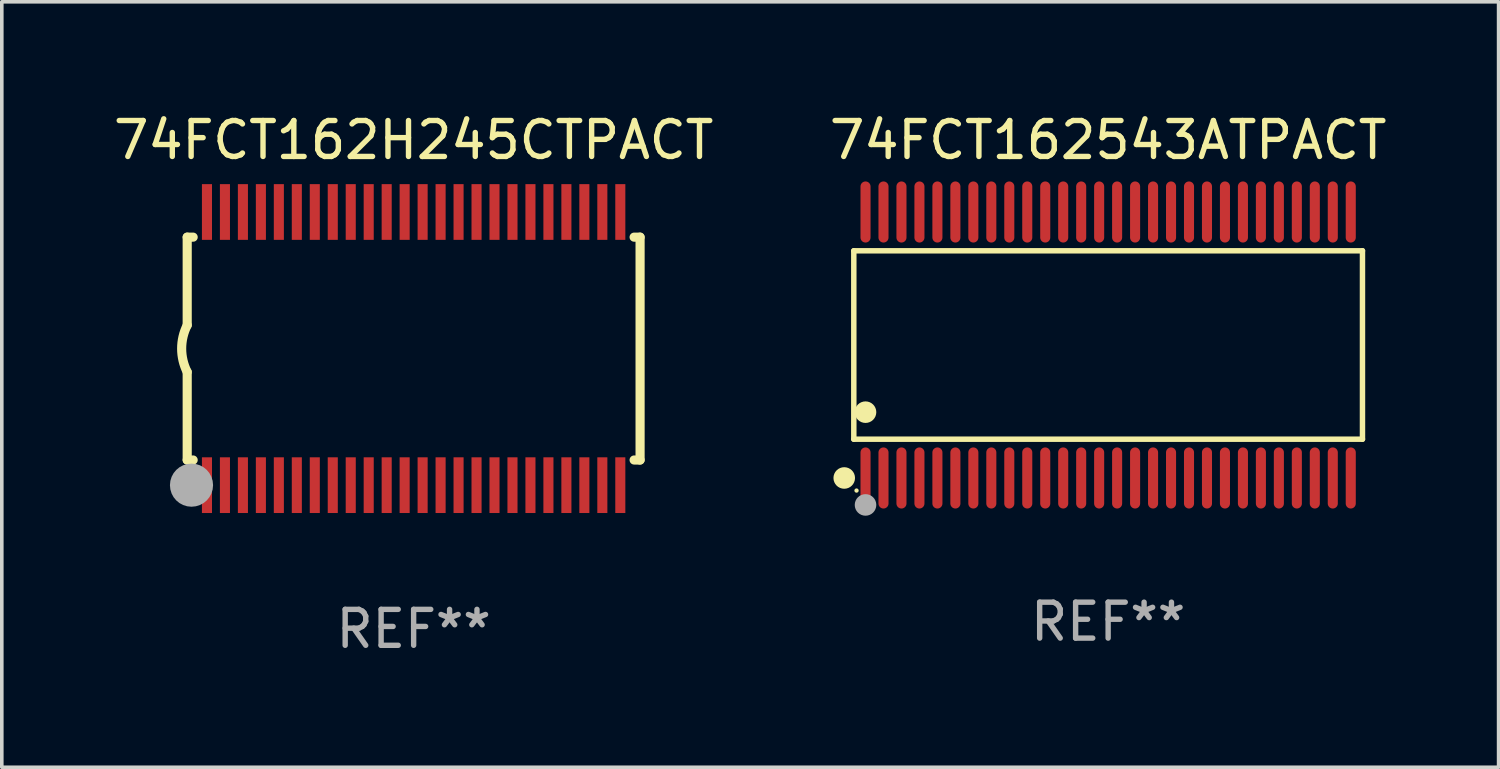
<source format=kicad_pcb>
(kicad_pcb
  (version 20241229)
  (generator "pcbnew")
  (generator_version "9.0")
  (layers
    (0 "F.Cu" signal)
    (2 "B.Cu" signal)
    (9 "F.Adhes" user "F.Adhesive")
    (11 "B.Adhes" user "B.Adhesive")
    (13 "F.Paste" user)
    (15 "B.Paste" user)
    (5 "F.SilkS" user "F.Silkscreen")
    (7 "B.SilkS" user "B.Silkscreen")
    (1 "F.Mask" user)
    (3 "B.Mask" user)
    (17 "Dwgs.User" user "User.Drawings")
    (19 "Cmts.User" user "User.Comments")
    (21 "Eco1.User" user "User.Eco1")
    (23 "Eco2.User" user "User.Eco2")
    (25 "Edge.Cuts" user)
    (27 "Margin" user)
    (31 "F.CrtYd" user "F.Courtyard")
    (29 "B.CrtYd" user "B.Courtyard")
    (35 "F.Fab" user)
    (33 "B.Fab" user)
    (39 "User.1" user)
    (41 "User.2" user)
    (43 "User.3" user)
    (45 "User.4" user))
  (footprint "74FCT162H245CTPACT"
    (layer "F.Cu")
    (at 8.458 6.648)
    (property "Reference" "74FCT162H245CTPACT" (at 0 -5.8 0) (layer "F.SilkS") (effects (font (size 1 1) (thickness 0.15))))
    (attr through_hole)
    (fp_line (start -6.3 -3.1) (end -6.3 -0.65) (stroke (width 0.254) (type solid)) (layer "F.SilkS"))
    (fp_line (start -6.3 -3.1) (end -6.134 -3.1) (stroke (width 0.254) (type solid)) (layer "F.SilkS"))
    (fp_line (start -6.3 3.1) (end -6.3 0.65) (stroke (width 0.254) (type solid)) (layer "F.SilkS"))
    (fp_line (start -6.3 3.1) (end -6.134 3.1) (stroke (width 0.254) (type solid)) (layer "F.SilkS"))
    (fp_line (start 6.134 -3.1) (end 6.3 -3.1) (stroke (width 0.254) (type solid)) (layer "F.SilkS"))
    (fp_line (start 6.134 3.1) (end 6.3 3.1) (stroke (width 0.254) (type solid)) (layer "F.SilkS"))
    (fp_line (start 6.3 -3.1) (end 6.3 3.1) (stroke (width 0.254) (type solid)) (layer "F.SilkS"))
    (fp_arc (start -6.301016 0.650114) (mid -6.45413 -0.000082) (end -6.3 -0.650038) (stroke (width 0.254001) (type solid)) (layer "F.SilkS"))
    (fp_circle (center -6.35 3.81) (end -6.223 3.81) (stroke (width 0.254) (type solid)) (fill no) (layer "F.SilkS"))
    (fp_circle (center -6.25 4.05) (end -6.22 4.05) (stroke (width 0.06) (type solid)) (fill no) (layer "F.SilkS"))
    (fp_circle (center -6.18 3.8) (end -5.88 3.8) (stroke (width 0.6) (type solid)) (fill no) (layer "F.Fab"))
    (fp_text user "REF**" (at 0 7.8 0) (layer "F.Fab") (effects (font (size 1 1) (thickness 0.15))))
    (pad "1" smd rect (at -5.75 3.8) (size 0.28 1.55) (layers "F.Cu" "F.Mask" "F.Paste"))
    (pad "2" smd rect (at -5.25 3.8) (size 0.28 1.55) (layers "F.Cu" "F.Mask" "F.Paste"))
    (pad "3" smd rect (at -4.75 3.8) (size 0.28 1.55) (layers "F.Cu" "F.Mask" "F.Paste"))
    (pad "4" smd rect (at -4.25 3.8) (size 0.28 1.55) (layers "F.Cu" "F.Mask" "F.Paste"))
    (pad "5" smd rect (at -3.75 3.8) (size 0.28 1.55) (layers "F.Cu" "F.Mask" "F.Paste"))
    (pad "6" smd rect (at -3.25 3.8) (size 0.28 1.55) (layers "F.Cu" "F.Mask" "F.Paste"))
    (pad "7" smd rect (at -2.75 3.8) (size 0.28 1.55) (layers "F.Cu" "F.Mask" "F.Paste"))
    (pad "8" smd rect (at -2.25 3.8) (size 0.28 1.55) (layers "F.Cu" "F.Mask" "F.Paste"))
    (pad "9" smd rect (at -1.75 3.8) (size 0.28 1.55) (layers "F.Cu" "F.Mask" "F.Paste"))
    (pad "10" smd rect (at -1.25 3.8) (size 0.28 1.55) (layers "F.Cu" "F.Mask" "F.Paste"))
    (pad "11" smd rect (at -0.75 3.8) (size 0.28 1.55) (layers "F.Cu" "F.Mask" "F.Paste"))
    (pad "12" smd rect (at -0.25 3.8) (size 0.28 1.55) (layers "F.Cu" "F.Mask" "F.Paste"))
    (pad "13" smd rect (at 0.25 3.8) (size 0.28 1.55) (layers "F.Cu" "F.Mask" "F.Paste"))
    (pad "14" smd rect (at 0.75 3.8) (size 0.28 1.55) (layers "F.Cu" "F.Mask" "F.Paste"))
    (pad "15" smd rect (at 1.25 3.8) (size 0.28 1.55) (layers "F.Cu" "F.Mask" "F.Paste"))
    (pad "16" smd rect (at 1.75 3.8) (size 0.28 1.55) (layers "F.Cu" "F.Mask" "F.Paste"))
    (pad "17" smd rect (at 2.25 3.8) (size 0.28 1.55) (layers "F.Cu" "F.Mask" "F.Paste"))
    (pad "18" smd rect (at 2.75 3.8) (size 0.28 1.55) (layers "F.Cu" "F.Mask" "F.Paste"))
    (pad "19" smd rect (at 3.25 3.8) (size 0.28 1.55) (layers "F.Cu" "F.Mask" "F.Paste"))
    (pad "20" smd rect (at 3.75 3.8) (size 0.28 1.55) (layers "F.Cu" "F.Mask" "F.Paste"))
    (pad "21" smd rect (at 4.25 3.8) (size 0.28 1.55) (layers "F.Cu" "F.Mask" "F.Paste"))
    (pad "22" smd rect (at 4.75 3.8) (size 0.28 1.55) (layers "F.Cu" "F.Mask" "F.Paste"))
    (pad "23" smd rect (at 5.25 3.8) (size 0.28 1.55) (layers "F.Cu" "F.Mask" "F.Paste"))
    (pad "24" smd rect (at 5.75 3.8) (size 0.28 1.55) (layers "F.Cu" "F.Mask" "F.Paste"))
    (pad "25" smd rect (at 5.75 -3.8) (size 0.28 1.55) (layers "F.Cu" "F.Mask" "F.Paste"))
    (pad "26" smd rect (at 5.25 -3.8) (size 0.28 1.55) (layers "F.Cu" "F.Mask" "F.Paste"))
    (pad "27" smd rect (at 4.75 -3.8) (size 0.28 1.55) (layers "F.Cu" "F.Mask" "F.Paste"))
    (pad "28" smd rect (at 4.25 -3.8) (size 0.28 1.55) (layers "F.Cu" "F.Mask" "F.Paste"))
    (pad "29" smd rect (at 3.75 -3.8) (size 0.28 1.55) (layers "F.Cu" "F.Mask" "F.Paste"))
    (pad "30" smd rect (at 3.25 -3.8) (size 0.28 1.55) (layers "F.Cu" "F.Mask" "F.Paste"))
    (pad "31" smd rect (at 2.75 -3.8) (size 0.28 1.55) (layers "F.Cu" "F.Mask" "F.Paste"))
    (pad "32" smd rect (at 2.25 -3.8) (size 0.28 1.55) (layers "F.Cu" "F.Mask" "F.Paste"))
    (pad "33" smd rect (at 1.75 -3.8) (size 0.28 1.55) (layers "F.Cu" "F.Mask" "F.Paste"))
    (pad "34" smd rect (at 1.25 -3.8) (size 0.28 1.55) (layers "F.Cu" "F.Mask" "F.Paste"))
    (pad "35" smd rect (at 0.75 -3.8) (size 0.28 1.55) (layers "F.Cu" "F.Mask" "F.Paste"))
    (pad "36" smd rect (at 0.25 -3.8) (size 0.28 1.55) (layers "F.Cu" "F.Mask" "F.Paste"))
    (pad "37" smd rect (at -0.25 -3.8) (size 0.28 1.55) (layers "F.Cu" "F.Mask" "F.Paste"))
    (pad "38" smd rect (at -0.75 -3.8) (size 0.28 1.55) (layers "F.Cu" "F.Mask" "F.Paste"))
    (pad "39" smd rect (at -1.25 -3.8) (size 0.28 1.55) (layers "F.Cu" "F.Mask" "F.Paste"))
    (pad "40" smd rect (at -1.75 -3.8) (size 0.28 1.55) (layers "F.Cu" "F.Mask" "F.Paste"))
    (pad "41" smd rect (at -2.25 -3.8) (size 0.28 1.55) (layers "F.Cu" "F.Mask" "F.Paste"))
    (pad "42" smd rect (at -2.75 -3.8) (size 0.28 1.55) (layers "F.Cu" "F.Mask" "F.Paste"))
    (pad "43" smd rect (at -3.25 -3.8) (size 0.28 1.55) (layers "F.Cu" "F.Mask" "F.Paste"))
    (pad "44" smd rect (at -3.75 -3.8) (size 0.28 1.55) (layers "F.Cu" "F.Mask" "F.Paste"))
    (pad "45" smd rect (at -4.25 -3.8) (size 0.28 1.55) (layers "F.Cu" "F.Mask" "F.Paste"))
    (pad "46" smd rect (at -4.75 -3.8) (size 0.28 1.55) (layers "F.Cu" "F.Mask" "F.Paste"))
    (pad "47" smd rect (at -5.25 -3.8) (size 0.28 1.55) (layers "F.Cu" "F.Mask" "F.Paste"))
    (pad "48" smd rect (at -5.75 -3.8) (size 0.28 1.55) (layers "F.Cu" "F.Mask" "F.Paste")))
  (footprint "74FCT162543ATPACT"
    (layer "F.Cu")
    (at 27.78 6.548)
    (property "Reference" "74FCT162543ATPACT" (at 0 -5.7 0) (layer "F.SilkS") (effects (font (size 1 1) (thickness 0.15))))
    (attr through_hole)
    (fp_line (start -7.076 -2.621) (end 7.076 -2.621) (stroke (width 0.152) (type solid)) (layer "F.SilkS"))
    (fp_line (start -7.076 2.621) (end -7.076 -2.621) (stroke (width 0.152) (type solid)) (layer "F.SilkS"))
    (fp_line (start 7.076 -2.621) (end 7.076 2.621) (stroke (width 0.152) (type solid)) (layer "F.SilkS"))
    (fp_line (start 7.076 2.621) (end -7.076 2.621) (stroke (width 0.152) (type solid)) (layer "F.SilkS"))
    (fp_circle (center -7.342 3.7) (end -7.192 3.7) (stroke (width 0.3) (type solid)) (fill no) (layer "F.SilkS"))
    (fp_circle (center -7 4.05) (end -6.97 4.05) (stroke (width 0.06) (type solid)) (fill no) (layer "F.SilkS"))
    (fp_circle (center -6.75 1.869) (end -6.6 1.869) (stroke (width 0.3) (type solid)) (fill no) (layer "F.SilkS"))
    (fp_circle (center -6.75 4.45) (end -6.6 4.45) (stroke (width 0.3) (type solid)) (fill no) (layer "F.Fab"))
    (fp_text user "REF**" (at 0 7.7 0) (layer "F.Fab") (effects (font (size 1 1) (thickness 0.15))))
    (pad "1" smd oval (at -6.75 3.7) (size 0.28 1.7) (layers "F.Cu" "F.Mask" "F.Paste"))
    (pad "2" smd oval (at -6.25 3.7) (size 0.28 1.7) (layers "F.Cu" "F.Mask" "F.Paste"))
    (pad "3" smd oval (at -5.75 3.7) (size 0.28 1.7) (layers "F.Cu" "F.Mask" "F.Paste"))
    (pad "4" smd oval (at -5.25 3.7) (size 0.28 1.7) (layers "F.Cu" "F.Mask" "F.Paste"))
    (pad "5" smd oval (at -4.75 3.7) (size 0.28 1.7) (layers "F.Cu" "F.Mask" "F.Paste"))
    (pad "6" smd oval (at -4.25 3.7) (size 0.28 1.7) (layers "F.Cu" "F.Mask" "F.Paste"))
    (pad "7" smd oval (at -3.75 3.7) (size 0.28 1.7) (layers "F.Cu" "F.Mask" "F.Paste"))
    (pad "8" smd oval (at -3.25 3.7) (size 0.28 1.7) (layers "F.Cu" "F.Mask" "F.Paste"))
    (pad "9" smd oval (at -2.75 3.7) (size 0.28 1.7) (layers "F.Cu" "F.Mask" "F.Paste"))
    (pad "10" smd oval (at -2.25 3.7) (size 0.28 1.7) (layers "F.Cu" "F.Mask" "F.Paste"))
    (pad "11" smd oval (at -1.75 3.7) (size 0.28 1.7) (layers "F.Cu" "F.Mask" "F.Paste"))
    (pad "12" smd oval (at -1.25 3.7) (size 0.28 1.7) (layers "F.Cu" "F.Mask" "F.Paste"))
    (pad "13" smd oval (at -0.75 3.7) (size 0.28 1.7) (layers "F.Cu" "F.Mask" "F.Paste"))
    (pad "14" smd oval (at -0.25 3.7) (size 0.28 1.7) (layers "F.Cu" "F.Mask" "F.Paste"))
    (pad "15" smd oval (at 0.25 3.7) (size 0.28 1.7) (layers "F.Cu" "F.Mask" "F.Paste"))
    (pad "16" smd oval (at 0.75 3.7) (size 0.28 1.7) (layers "F.Cu" "F.Mask" "F.Paste"))
    (pad "17" smd oval (at 1.25 3.7) (size 0.28 1.7) (layers "F.Cu" "F.Mask" "F.Paste"))
    (pad "18" smd oval (at 1.75 3.7) (size 0.28 1.7) (layers "F.Cu" "F.Mask" "F.Paste"))
    (pad "19" smd oval (at 2.25 3.7) (size 0.28 1.7) (layers "F.Cu" "F.Mask" "F.Paste"))
    (pad "20" smd oval (at 2.75 3.7) (size 0.28 1.7) (layers "F.Cu" "F.Mask" "F.Paste"))
    (pad "21" smd oval (at 3.25 3.7) (size 0.28 1.7) (layers "F.Cu" "F.Mask" "F.Paste"))
    (pad "22" smd oval (at 3.75 3.7) (size 0.28 1.7) (layers "F.Cu" "F.Mask" "F.Paste"))
    (pad "23" smd oval (at 4.25 3.7) (size 0.28 1.7) (layers "F.Cu" "F.Mask" "F.Paste"))
    (pad "24" smd oval (at 4.75 3.7) (size 0.28 1.7) (layers "F.Cu" "F.Mask" "F.Paste"))
    (pad "25" smd oval (at 5.25 3.7) (size 0.28 1.7) (layers "F.Cu" "F.Mask" "F.Paste"))
    (pad "26" smd oval (at 5.75 3.7) (size 0.28 1.7) (layers "F.Cu" "F.Mask" "F.Paste"))
    (pad "27" smd oval (at 6.25 3.7) (size 0.28 1.7) (layers "F.Cu" "F.Mask" "F.Paste"))
    (pad "28" smd oval (at 6.75 3.7) (size 0.28 1.7) (layers "F.Cu" "F.Mask" "F.Paste"))
    (pad "29" smd oval (at 6.75 -3.7) (size 0.28 1.7) (layers "F.Cu" "F.Mask" "F.Paste"))
    (pad "30" smd oval (at 6.25 -3.7) (size 0.28 1.7) (layers "F.Cu" "F.Mask" "F.Paste"))
    (pad "31" smd oval (at 5.75 -3.7) (size 0.28 1.7) (layers "F.Cu" "F.Mask" "F.Paste"))
    (pad "32" smd oval (at 5.25 -3.7) (size 0.28 1.7) (layers "F.Cu" "F.Mask" "F.Paste"))
    (pad "33" smd oval (at 4.75 -3.7) (size 0.28 1.7) (layers "F.Cu" "F.Mask" "F.Paste"))
    (pad "34" smd oval (at 4.25 -3.7) (size 0.28 1.7) (layers "F.Cu" "F.Mask" "F.Paste"))
    (pad "35" smd oval (at 3.75 -3.7) (size 0.28 1.7) (layers "F.Cu" "F.Mask" "F.Paste"))
    (pad "36" smd oval (at 3.25 -3.7) (size 0.28 1.7) (layers "F.Cu" "F.Mask" "F.Paste"))
    (pad "37" smd oval (at 2.75 -3.7) (size 0.28 1.7) (layers "F.Cu" "F.Mask" "F.Paste"))
    (pad "38" smd oval (at 2.25 -3.7) (size 0.28 1.7) (layers "F.Cu" "F.Mask" "F.Paste"))
    (pad "39" smd oval (at 1.75 -3.7) (size 0.28 1.7) (layers "F.Cu" "F.Mask" "F.Paste"))
    (pad "40" smd oval (at 1.25 -3.7) (size 0.28 1.7) (layers "F.Cu" "F.Mask" "F.Paste"))
    (pad "41" smd oval (at 0.75 -3.7) (size 0.28 1.7) (layers "F.Cu" "F.Mask" "F.Paste"))
    (pad "42" smd oval (at 0.25 -3.7) (size 0.28 1.7) (layers "F.Cu" "F.Mask" "F.Paste"))
    (pad "43" smd oval (at -0.25 -3.7) (size 0.28 1.7) (layers "F.Cu" "F.Mask" "F.Paste"))
    (pad "44" smd oval (at -0.75 -3.7) (size 0.28 1.7) (layers "F.Cu" "F.Mask" "F.Paste"))
    (pad "45" smd oval (at -1.25 -3.7) (size 0.28 1.7) (layers "F.Cu" "F.Mask" "F.Paste"))
    (pad "46" smd oval (at -1.75 -3.7) (size 0.28 1.7) (layers "F.Cu" "F.Mask" "F.Paste"))
    (pad "47" smd oval (at -2.25 -3.7) (size 0.28 1.7) (layers "F.Cu" "F.Mask" "F.Paste"))
    (pad "48" smd oval (at -2.75 -3.7) (size 0.28 1.7) (layers "F.Cu" "F.Mask" "F.Paste"))
    (pad "49" smd oval (at -3.25 -3.7) (size 0.28 1.7) (layers "F.Cu" "F.Mask" "F.Paste"))
    (pad "50" smd oval (at -3.75 -3.7) (size 0.28 1.7) (layers "F.Cu" "F.Mask" "F.Paste"))
    (pad "51" smd oval (at -4.25 -3.7) (size 0.28 1.7) (layers "F.Cu" "F.Mask" "F.Paste"))
    (pad "52" smd oval (at -4.75 -3.7) (size 0.28 1.7) (layers "F.Cu" "F.Mask" "F.Paste"))
    (pad "53" smd oval (at -5.25 -3.7) (size 0.28 1.7) (layers "F.Cu" "F.Mask" "F.Paste"))
    (pad "54" smd oval (at -5.75 -3.7) (size 0.28 1.7) (layers "F.Cu" "F.Mask" "F.Paste"))
    (pad "55" smd oval (at -6.25 -3.7) (size 0.28 1.7) (layers "F.Cu" "F.Mask" "F.Paste"))
    (pad "56" smd oval (at -6.75 -3.7) (size 0.28 1.7) (layers "F.Cu" "F.Mask" "F.Paste")))
  (gr_rect
    (start -3 -3)
    (end 38.643 18.296)
    (stroke (width 0.1) (type default))
    (fill no)
    (layer "Edge.Cuts")))
</source>
